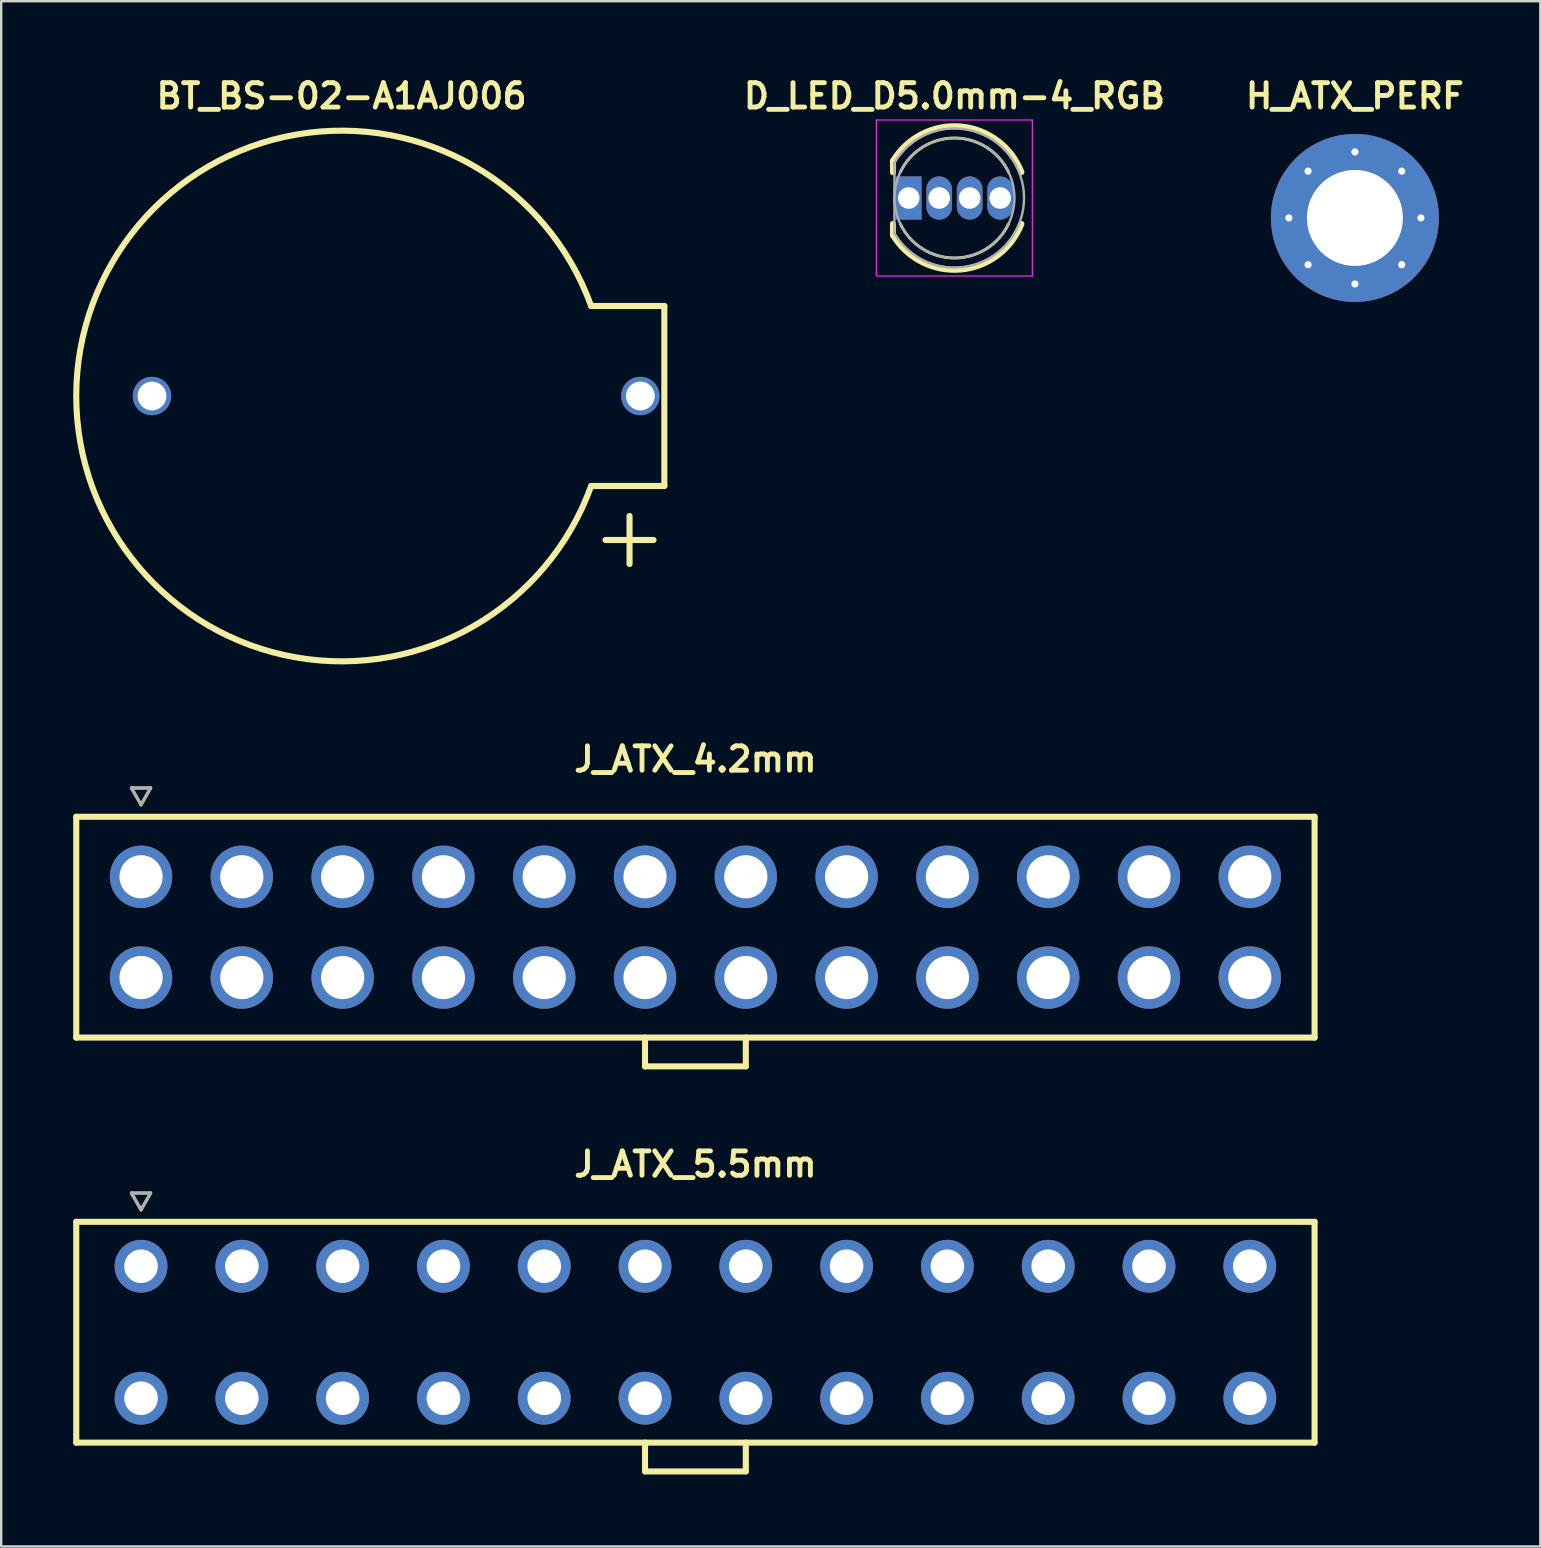
<source format=kicad_pcb>
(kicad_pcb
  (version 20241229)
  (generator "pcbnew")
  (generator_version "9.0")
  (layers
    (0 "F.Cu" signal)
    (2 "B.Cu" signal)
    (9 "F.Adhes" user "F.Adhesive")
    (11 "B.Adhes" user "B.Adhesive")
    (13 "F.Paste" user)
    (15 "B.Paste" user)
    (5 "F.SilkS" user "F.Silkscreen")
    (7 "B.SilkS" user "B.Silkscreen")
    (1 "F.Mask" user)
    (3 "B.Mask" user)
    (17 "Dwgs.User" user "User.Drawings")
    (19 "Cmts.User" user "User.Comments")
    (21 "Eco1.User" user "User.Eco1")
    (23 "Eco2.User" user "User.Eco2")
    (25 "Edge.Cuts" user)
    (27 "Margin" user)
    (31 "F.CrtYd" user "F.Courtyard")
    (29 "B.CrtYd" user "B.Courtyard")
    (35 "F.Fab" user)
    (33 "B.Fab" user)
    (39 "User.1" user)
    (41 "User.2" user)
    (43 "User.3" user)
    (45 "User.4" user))
  (footprint "H_ATX_PERF"
    (layer "F.Cu")
    (at 53.407 6.031)
    (property "Reference" "H_ATX_PERF" (at 0 -5.08 0) (unlocked yes) (layer "F.SilkS") (effects (font (size 1.016 1.016) (thickness 0.203) (bold yes))))
    (attr through_hole)
    (pad "1" thru_hole circle (at -2.75 0) (size 0.4 0.4) (drill 0.3) (layers "*.Cu" "*.Mask"))
    (pad "1" thru_hole circle (at -1.95 -1.95) (size 0.4 0.4) (drill 0.3) (layers "*.Cu" "*.Mask"))
    (pad "1" thru_hole circle (at -1.95 1.95) (size 0.4 0.4) (drill 0.3) (layers "*.Cu" "*.Mask"))
    (pad "1" thru_hole circle (at 0 -2.75) (size 0.4 0.4) (drill 0.3) (layers "*.Cu" "*.Mask"))
    (pad "1" thru_hole circle (at 0 0) (size 7 7) (drill 4) (layers "*.Cu" "*.Mask"))
    (pad "1" thru_hole circle (at 0 2.75) (size 0.4 0.4) (drill 0.3) (layers "*.Cu" "*.Mask"))
    (pad "1" thru_hole circle (at 1.95 -1.95) (size 0.4 0.4) (drill 0.3) (layers "*.Cu" "*.Mask"))
    (pad "1" thru_hole circle (at 1.95 1.95) (size 0.4 0.4) (drill 0.3) (layers "*.Cu" "*.Mask"))
    (pad "1" thru_hole circle (at 2.75 0) (size 0.4 0.4) (drill 0.3) (layers "*.Cu" "*.Mask")))
  (footprint "D_LED_D5.0mm-4_RGB"
    (layer "F.Cu")
    (at 34.815 5.201)
    (property "Reference" "D_LED_D5.0mm-4_RGB" (at 1.905 -4.25 0) (layer "F.SilkS") (effects (font (size 1.016 1.016) (thickness 0.203))))
    (attr through_hole)
    (fp_line (start -0.655 -1.545) (end -0.655 -1.08) (stroke (width 0.254) (type solid)) (layer "F.SilkS"))
    (fp_line (start -0.655 1.08) (end -0.655 1.545) (stroke (width 0.254) (type solid)) (layer "F.SilkS"))
    (fp_arc (start -0.655 -1.54483) (mid 2.163456 -2.978809) (end 4.692815 -1.080827) (stroke (width 0.254) (type solid)) (layer "F.SilkS"))
    (fp_arc (start -0.349684 -1.08) (mid 1.904762 -2.5) (end 4.159479 -1.080429) (stroke (width 0.12) (type solid)) (layer "F.SilkS"))
    (fp_arc (start 4.159479 1.080429) (mid 1.904762 2.5) (end -0.349684 1.08) (stroke (width 0.12) (type solid)) (layer "F.SilkS"))
    (fp_arc (start 4.692815 1.080827) (mid 2.163457 2.978808) (end -0.655 1.54483) (stroke (width 0.254) (type solid)) (layer "F.SilkS"))
    (fp_line (start -1.35 -3.25) (end -1.35 3.25) (stroke (width 0.05) (type solid)) (layer "F.CrtYd"))
    (fp_line (start -1.35 3.25) (end 5.15 3.25) (stroke (width 0.05) (type solid)) (layer "F.CrtYd"))
    (fp_line (start 5.15 -3.25) (end -1.35 -3.25) (stroke (width 0.05) (type solid)) (layer "F.CrtYd"))
    (fp_line (start 5.15 3.25) (end 5.15 -3.25) (stroke (width 0.05) (type solid)) (layer "F.CrtYd"))
    (fp_line (start -0.595 -1.47) (end -0.595 1.47) (stroke (width 0.1) (type solid)) (layer "F.Fab"))
    (fp_arc (start -0.595 -1.469694) (mid 4.805 0.000016) (end -0.595016 1.469666) (stroke (width 0.1) (type solid)) (layer "F.Fab"))
    (fp_circle (center 1.905 0) (end 4.405 0) (stroke (width 0.1) (type solid)) (fill no) (layer "F.Fab"))
    (pad "1" thru_hole rect (at 0 0) (size 1.07 1.8) (drill 0.9) (layers "*.Cu" "*.Mask"))
    (pad "2" thru_hole oval (at 1.27 0) (size 1.07 1.8) (drill 0.9) (layers "*.Cu" "*.Mask"))
    (pad "3" thru_hole oval (at 2.54 0) (size 1.07 1.8) (drill 0.9) (layers "*.Cu" "*.Mask"))
    (pad "4" thru_hole oval (at 3.81 0) (size 1.07 1.8) (drill 0.9) (layers "*.Cu" "*.Mask")))
  (footprint "J_ATX_4.2mm"
    (layer "F.Cu")
    (at 25.927 35.584)
    (property "Reference" "J_ATX_4.2mm" (at 0 -7 180) (layer "F.SilkS") (effects (font (size 1.016 1.016) (thickness 0.203) (bold yes))))
    (attr through_hole)
    (fp_line (start -25.8 -4.6) (end 25.8 -4.6) (stroke (width 0.254) (type default)) (layer "F.SilkS"))
    (fp_line (start -25.8 4.6) (end -25.8 -4.6) (stroke (width 0.254) (type default)) (layer "F.SilkS"))
    (fp_line (start -23.5 -5.8) (end -23.1 -5.1) (stroke (width 0.127) (type solid)) (layer "F.SilkS"))
    (fp_line (start -23.1 -5.1) (end -22.7 -5.8) (stroke (width 0.127) (type solid)) (layer "F.SilkS"))
    (fp_line (start -22.7 -5.8) (end -23.5 -5.8) (stroke (width 0.127) (type solid)) (layer "F.SilkS"))
    (fp_line (start -2.1 4.6) (end -2.1 5.8) (stroke (width 0.254) (type default)) (layer "F.SilkS"))
    (fp_line (start -2.1 5.8) (end 2.1 5.8) (stroke (width 0.254) (type default)) (layer "F.SilkS"))
    (fp_line (start 2.1 5.8) (end 2.1 4.6) (stroke (width 0.254) (type default)) (layer "F.SilkS"))
    (fp_line (start 25.8 -4.6) (end 25.8 4.6) (stroke (width 0.254) (type default)) (layer "F.SilkS"))
    (fp_line (start 25.8 4.6) (end -25.8 4.6) (stroke (width 0.254) (type default)) (layer "F.SilkS"))
    (fp_line (start -23.5 -5.8) (end -23.1 -5.1) (stroke (width 0.127) (type solid)) (layer "F.Fab"))
    (fp_line (start -23.1 -5.1) (end -22.7 -5.8) (stroke (width 0.127) (type solid)) (layer "F.Fab"))
    (fp_line (start -22.7 -5.8) (end -23.5 -5.8) (stroke (width 0.127) (type solid)) (layer "F.Fab"))
    (pad "1" thru_hole circle (at -23.1 -2.1) (size 2.6 2.6) (drill 1.8) (layers "*.Cu" "*.Mask"))
    (pad "2" thru_hole circle (at -18.9 -2.1) (size 2.6 2.6) (drill 1.8) (layers "*.Cu" "*.Mask"))
    (pad "3" thru_hole circle (at -14.7 -2.1) (size 2.6 2.6) (drill 1.8) (layers "*.Cu" "*.Mask"))
    (pad "4" thru_hole circle (at -10.5 -2.1) (size 2.6 2.6) (drill 1.8) (layers "*.Cu" "*.Mask"))
    (pad "5" thru_hole circle (at -6.3 -2.1) (size 2.6 2.6) (drill 1.8) (layers "*.Cu" "*.Mask"))
    (pad "6" thru_hole circle (at -2.1 -2.1) (size 2.6 2.6) (drill 1.8) (layers "*.Cu" "*.Mask"))
    (pad "7" thru_hole circle (at 2.1 -2.1) (size 2.6 2.6) (drill 1.8) (layers "*.Cu" "*.Mask"))
    (pad "8" thru_hole circle (at 6.3 -2.1) (size 2.6 2.6) (drill 1.8) (layers "*.Cu" "*.Mask"))
    (pad "9" thru_hole circle (at 10.5 -2.1) (size 2.6 2.6) (drill 1.8) (layers "*.Cu" "*.Mask"))
    (pad "10" thru_hole circle (at 14.7 -2.1) (size 2.6 2.6) (drill 1.8) (layers "*.Cu" "*.Mask"))
    (pad "11" thru_hole circle (at 18.9 -2.1) (size 2.6 2.6) (drill 1.8) (layers "*.Cu" "*.Mask"))
    (pad "12" thru_hole circle (at 23.1 -2.1) (size 2.6 2.6) (drill 1.8) (layers "*.Cu" "*.Mask"))
    (pad "13" thru_hole circle (at -23.1 2.1) (size 2.6 2.6) (drill 1.8) (layers "*.Cu" "*.Mask"))
    (pad "14" thru_hole circle (at -18.9 2.1) (size 2.6 2.6) (drill 1.8) (layers "*.Cu" "*.Mask"))
    (pad "15" thru_hole circle (at -14.7 2.1) (size 2.6 2.6) (drill 1.8) (layers "*.Cu" "*.Mask"))
    (pad "16" thru_hole circle (at -10.5 2.1) (size 2.6 2.6) (drill 1.8) (layers "*.Cu" "*.Mask"))
    (pad "17" thru_hole circle (at -6.3 2.1) (size 2.6 2.6) (drill 1.8) (layers "*.Cu" "*.Mask"))
    (pad "18" thru_hole circle (at -2.1 2.1) (size 2.6 2.6) (drill 1.8) (layers "*.Cu" "*.Mask"))
    (pad "19" thru_hole circle (at 2.1 2.1) (size 2.6 2.6) (drill 1.8) (layers "*.Cu" "*.Mask"))
    (pad "20" thru_hole circle (at 6.3 2.1) (size 2.6 2.6) (drill 1.8) (layers "*.Cu" "*.Mask"))
    (pad "21" thru_hole circle (at 10.5 2.1) (size 2.6 2.6) (drill 1.8) (layers "*.Cu" "*.Mask"))
    (pad "22" thru_hole circle (at 14.7 2.1) (size 2.6 2.6) (drill 1.8) (layers "*.Cu" "*.Mask"))
    (pad "23" thru_hole circle (at 18.9 2.1) (size 2.6 2.6) (drill 1.8) (layers "*.Cu" "*.Mask"))
    (pad "24" thru_hole circle (at 23.1 2.1) (size 2.6 2.6) (drill 1.8) (layers "*.Cu" "*.Mask")))
  (footprint "BT_BS-02-A1AJ006"
    (layer "F.Cu")
    (at 11.182 13.451)
    (property "Reference" "BT_BS-02-A1AJ006" (at 0 -12.5 0) (unlocked yes) (layer "F.SilkS") (effects (font (size 1.016 1.016) (thickness 0.203) (bold yes))))
    (attr through_hole)
    (fp_line (start 11 6) (end 13 6) (stroke (width 0.254) (type default)) (layer "F.SilkS"))
    (fp_line (start 12 7) (end 12 5) (stroke (width 0.254) (type default)) (layer "F.SilkS"))
    (fp_line (start 13.45 -3.75) (end 10.4 -3.75) (stroke (width 0.254) (type default)) (layer "F.SilkS"))
    (fp_line (start 13.45 3.75) (end 10.4 3.75) (stroke (width 0.254) (type default)) (layer "F.SilkS"))
    (fp_line (start 13.45 3.75) (end 13.45 -3.75) (stroke (width 0.254) (type default)) (layer "F.SilkS"))
    (fp_arc (start 10.4 3.75) (mid -11.055429 0) (end 10.4 -3.75) (stroke (width 0.254) (type default)) (layer "F.SilkS"))
    (pad "1" thru_hole circle (at 12.45 0) (size 1.6 1.6) (drill 1.2) (layers "*.Cu" "*.Mask"))
    (pad "2" thru_hole circle (at -7.9 0) (size 1.6 1.6) (drill 1.2) (layers "*.Cu" "*.Mask")))
  (footprint "J_ATX_5.5mm"
    (layer "F.Cu")
    (at 25.927 52.462)
    (property "Reference" "J_ATX_5.5mm" (at 0 -7 180) (layer "F.SilkS") (effects (font (size 1.016 1.016) (thickness 0.203) (bold yes))))
    (attr through_hole)
    (fp_line (start -25.8 -4.6) (end 25.8 -4.6) (stroke (width 0.254) (type default)) (layer "F.SilkS"))
    (fp_line (start -25.8 4.6) (end -25.8 -4.6) (stroke (width 0.254) (type default)) (layer "F.SilkS"))
    (fp_line (start -23.5 -5.8) (end -23.1 -5.1) (stroke (width 0.127) (type solid)) (layer "F.SilkS"))
    (fp_line (start -23.1 -5.1) (end -22.7 -5.8) (stroke (width 0.127) (type solid)) (layer "F.SilkS"))
    (fp_line (start -22.7 -5.8) (end -23.5 -5.8) (stroke (width 0.127) (type solid)) (layer "F.SilkS"))
    (fp_line (start -2.1 4.6) (end -2.1 5.8) (stroke (width 0.254) (type default)) (layer "F.SilkS"))
    (fp_line (start -2.1 5.8) (end 2.1 5.8) (stroke (width 0.254) (type default)) (layer "F.SilkS"))
    (fp_line (start 2.1 5.8) (end 2.1 4.6) (stroke (width 0.254) (type default)) (layer "F.SilkS"))
    (fp_line (start 25.8 -4.6) (end 25.8 4.6) (stroke (width 0.254) (type default)) (layer "F.SilkS"))
    (fp_line (start 25.8 4.6) (end -25.8 4.6) (stroke (width 0.254) (type default)) (layer "F.SilkS"))
    (fp_line (start -23.5 -5.8) (end -23.1 -5.1) (stroke (width 0.127) (type solid)) (layer "F.Fab"))
    (fp_line (start -23.1 -5.1) (end -22.7 -5.8) (stroke (width 0.127) (type solid)) (layer "F.Fab"))
    (fp_line (start -22.7 -5.8) (end -23.5 -5.8) (stroke (width 0.127) (type solid)) (layer "F.Fab"))
    (pad "1" thru_hole circle (at -23.1 -2.75) (size 2.2 2.2) (drill 1.4) (layers "*.Cu" "*.Mask"))
    (pad "2" thru_hole circle (at -18.9 -2.75) (size 2.2 2.2) (drill 1.4) (layers "*.Cu" "*.Mask"))
    (pad "3" thru_hole circle (at -14.7 -2.75) (size 2.2 2.2) (drill 1.4) (layers "*.Cu" "*.Mask"))
    (pad "4" thru_hole circle (at -10.5 -2.75) (size 2.2 2.2) (drill 1.4) (layers "*.Cu" "*.Mask"))
    (pad "5" thru_hole circle (at -6.3 -2.75) (size 2.2 2.2) (drill 1.4) (layers "*.Cu" "*.Mask"))
    (pad "6" thru_hole circle (at -2.1 -2.75) (size 2.2 2.2) (drill 1.4) (layers "*.Cu" "*.Mask"))
    (pad "7" thru_hole circle (at 2.1 -2.75) (size 2.2 2.2) (drill 1.4) (layers "*.Cu" "*.Mask"))
    (pad "8" thru_hole circle (at 6.3 -2.75) (size 2.2 2.2) (drill 1.4) (layers "*.Cu" "*.Mask"))
    (pad "9" thru_hole circle (at 10.5 -2.75) (size 2.2 2.2) (drill 1.4) (layers "*.Cu" "*.Mask"))
    (pad "10" thru_hole circle (at 14.7 -2.75) (size 2.2 2.2) (drill 1.4) (layers "*.Cu" "*.Mask"))
    (pad "11" thru_hole circle (at 18.9 -2.75) (size 2.2 2.2) (drill 1.4) (layers "*.Cu" "*.Mask"))
    (pad "12" thru_hole circle (at 23.1 -2.75) (size 2.2 2.2) (drill 1.4) (layers "*.Cu" "*.Mask"))
    (pad "13" thru_hole circle (at -23.1 2.75) (size 2.2 2.2) (drill 1.4) (layers "*.Cu" "*.Mask"))
    (pad "14" thru_hole circle (at -18.9 2.75) (size 2.2 2.2) (drill 1.4) (layers "*.Cu" "*.Mask"))
    (pad "15" thru_hole circle (at -14.7 2.75) (size 2.2 2.2) (drill 1.4) (layers "*.Cu" "*.Mask"))
    (pad "16" thru_hole circle (at -10.5 2.75) (size 2.2 2.2) (drill 1.4) (layers "*.Cu" "*.Mask"))
    (pad "17" thru_hole circle (at -6.3 2.75) (size 2.2 2.2) (drill 1.4) (layers "*.Cu" "*.Mask"))
    (pad "18" thru_hole circle (at -2.1 2.75) (size 2.2 2.2) (drill 1.4) (layers "*.Cu" "*.Mask"))
    (pad "19" thru_hole circle (at 2.1 2.75) (size 2.2 2.2) (drill 1.4) (layers "*.Cu" "*.Mask"))
    (pad "20" thru_hole circle (at 6.3 2.75) (size 2.2 2.2) (drill 1.4) (layers "*.Cu" "*.Mask"))
    (pad "21" thru_hole circle (at 10.5 2.75) (size 2.2 2.2) (drill 1.4) (layers "*.Cu" "*.Mask"))
    (pad "22" thru_hole circle (at 14.7 2.75) (size 2.2 2.2) (drill 1.4) (layers "*.Cu" "*.Mask"))
    (pad "23" thru_hole circle (at 18.9 2.75) (size 2.2 2.2) (drill 1.4) (layers "*.Cu" "*.Mask"))
    (pad "24" thru_hole circle (at 23.1 2.75) (size 2.2 2.2) (drill 1.4) (layers "*.Cu" "*.Mask")))
  (gr_rect
    (start -3 -3)
    (end 61.133 61.389)
    (stroke (width 0.1) (type default))
    (fill no)
    (layer "Edge.Cuts")))
</source>
